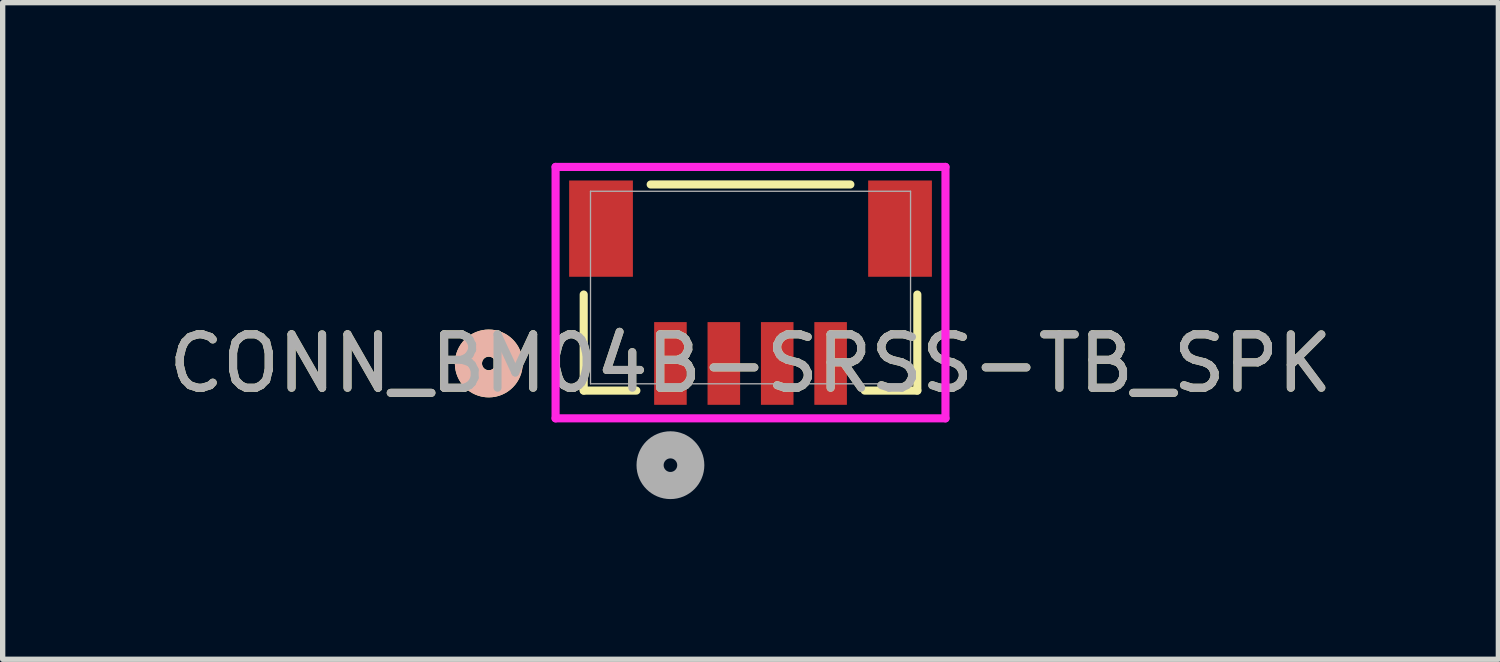
<source format=kicad_pcb>
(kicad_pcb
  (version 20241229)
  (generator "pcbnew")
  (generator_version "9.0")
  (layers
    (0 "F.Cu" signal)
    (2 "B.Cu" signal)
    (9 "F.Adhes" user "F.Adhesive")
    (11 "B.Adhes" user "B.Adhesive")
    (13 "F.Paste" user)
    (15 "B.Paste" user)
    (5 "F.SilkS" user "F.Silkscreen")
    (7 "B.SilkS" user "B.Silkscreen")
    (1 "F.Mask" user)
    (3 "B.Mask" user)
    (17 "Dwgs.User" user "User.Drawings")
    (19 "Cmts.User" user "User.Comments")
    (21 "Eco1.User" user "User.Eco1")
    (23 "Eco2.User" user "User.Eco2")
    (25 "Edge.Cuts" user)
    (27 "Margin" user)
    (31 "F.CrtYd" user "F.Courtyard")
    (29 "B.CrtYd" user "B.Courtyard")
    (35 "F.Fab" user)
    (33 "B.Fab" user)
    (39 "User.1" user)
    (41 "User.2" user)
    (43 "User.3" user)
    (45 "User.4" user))
  (footprint "CONN_BM04B-SRSS-TB_SPK"
    (layer "F.Cu")
    (at 11.006 2.335)
    (property "Reference" "CONN_BM04B-SRSS-TB_SPK" (at 0 1.422 0) (unlocked yes) (layer "F.SilkS") (effects (font (size 1 1) (thickness 0.15))))
    (attr smd)
    (fp_line (start -3.124 0.131) (end -3.124 1.93) (stroke (width 0.152) (type solid)) (layer "F.SilkS"))
    (fp_line (start -3.124 1.93) (end -2.138 1.93) (stroke (width 0.152) (type solid)) (layer "F.SilkS"))
    (fp_line (start 1.87 -1.93) (end -1.87 -1.93) (stroke (width 0.152) (type solid)) (layer "F.SilkS"))
    (fp_line (start 2.138 1.93) (end 3.124 1.93) (stroke (width 0.152) (type solid)) (layer "F.SilkS"))
    (fp_line (start 3.124 1.93) (end 3.124 0.131) (stroke (width 0.152) (type solid)) (layer "F.SilkS"))
    (fp_circle (center -4.902 1.422) (end -4.521 1.422) (stroke (width 0.508) (type solid)) (fill no) (layer "F.SilkS"))
    (fp_circle (center -4.902 1.422) (end -4.521 1.422) (stroke (width 0.508) (type solid)) (fill no) (layer "B.SilkS"))
    (fp_line (start -3.651 -2.259) (end -3.651 2.45) (stroke (width 0.152) (type solid)) (layer "F.CrtYd"))
    (fp_line (start -3.651 2.45) (end 3.651 2.45) (stroke (width 0.152) (type solid)) (layer "F.CrtYd"))
    (fp_line (start 3.651 -2.259) (end -3.651 -2.259) (stroke (width 0.152) (type solid)) (layer "F.CrtYd"))
    (fp_line (start 3.651 2.45) (end 3.651 -2.259) (stroke (width 0.152) (type solid)) (layer "F.CrtYd"))
    (fp_line (start -2.997 -1.803) (end -2.997 1.803) (stroke (width 0.025) (type solid)) (layer "F.Fab"))
    (fp_line (start -2.997 1.803) (end 2.997 1.803) (stroke (width 0.025) (type solid)) (layer "F.Fab"))
    (fp_line (start 2.997 -1.803) (end -2.997 -1.803) (stroke (width 0.025) (type solid)) (layer "F.Fab"))
    (fp_line (start 2.997 1.803) (end 2.997 -1.803) (stroke (width 0.025) (type solid)) (layer "F.Fab"))
    (fp_circle (center -1.5 3.327) (end -1.119 3.327) (stroke (width 0.508) (type solid)) (fill no) (layer "F.Fab"))
    (fp_text user "${REFERENCE}" (at 0 1.422 0) (unlocked yes) (layer "F.Fab") (effects (font (size 1 1) (thickness 0.15))))
    (pad "1" smd rect (at -1.5 1.422) (size 0.61 1.549) (layers "F.Cu" "F.Mask" "F.Paste"))
    (pad "2" smd rect (at -0.5 1.422) (size 0.61 1.549) (layers "F.Cu" "F.Mask" "F.Paste"))
    (pad "3" smd rect (at 0.5 1.422) (size 0.61 1.549) (layers "F.Cu" "F.Mask" "F.Paste"))
    (pad "4" smd rect (at 1.5 1.422) (size 0.61 1.549) (layers "F.Cu" "F.Mask" "F.Paste"))
    (pad "5" smd rect (at -2.8 -1.103) (size 1.194 1.803) (layers "F.Cu" "F.Mask" "F.Paste"))
    (pad "6" smd rect (at 2.8 -1.103) (size 1.194 1.803) (layers "F.Cu" "F.Mask" "F.Paste")))
  (gr_rect
    (start -3 -3)
    (end 25.012 9.297)
    (stroke (width 0.1) (type default))
    (fill no)
    (layer "Edge.Cuts")))
</source>
